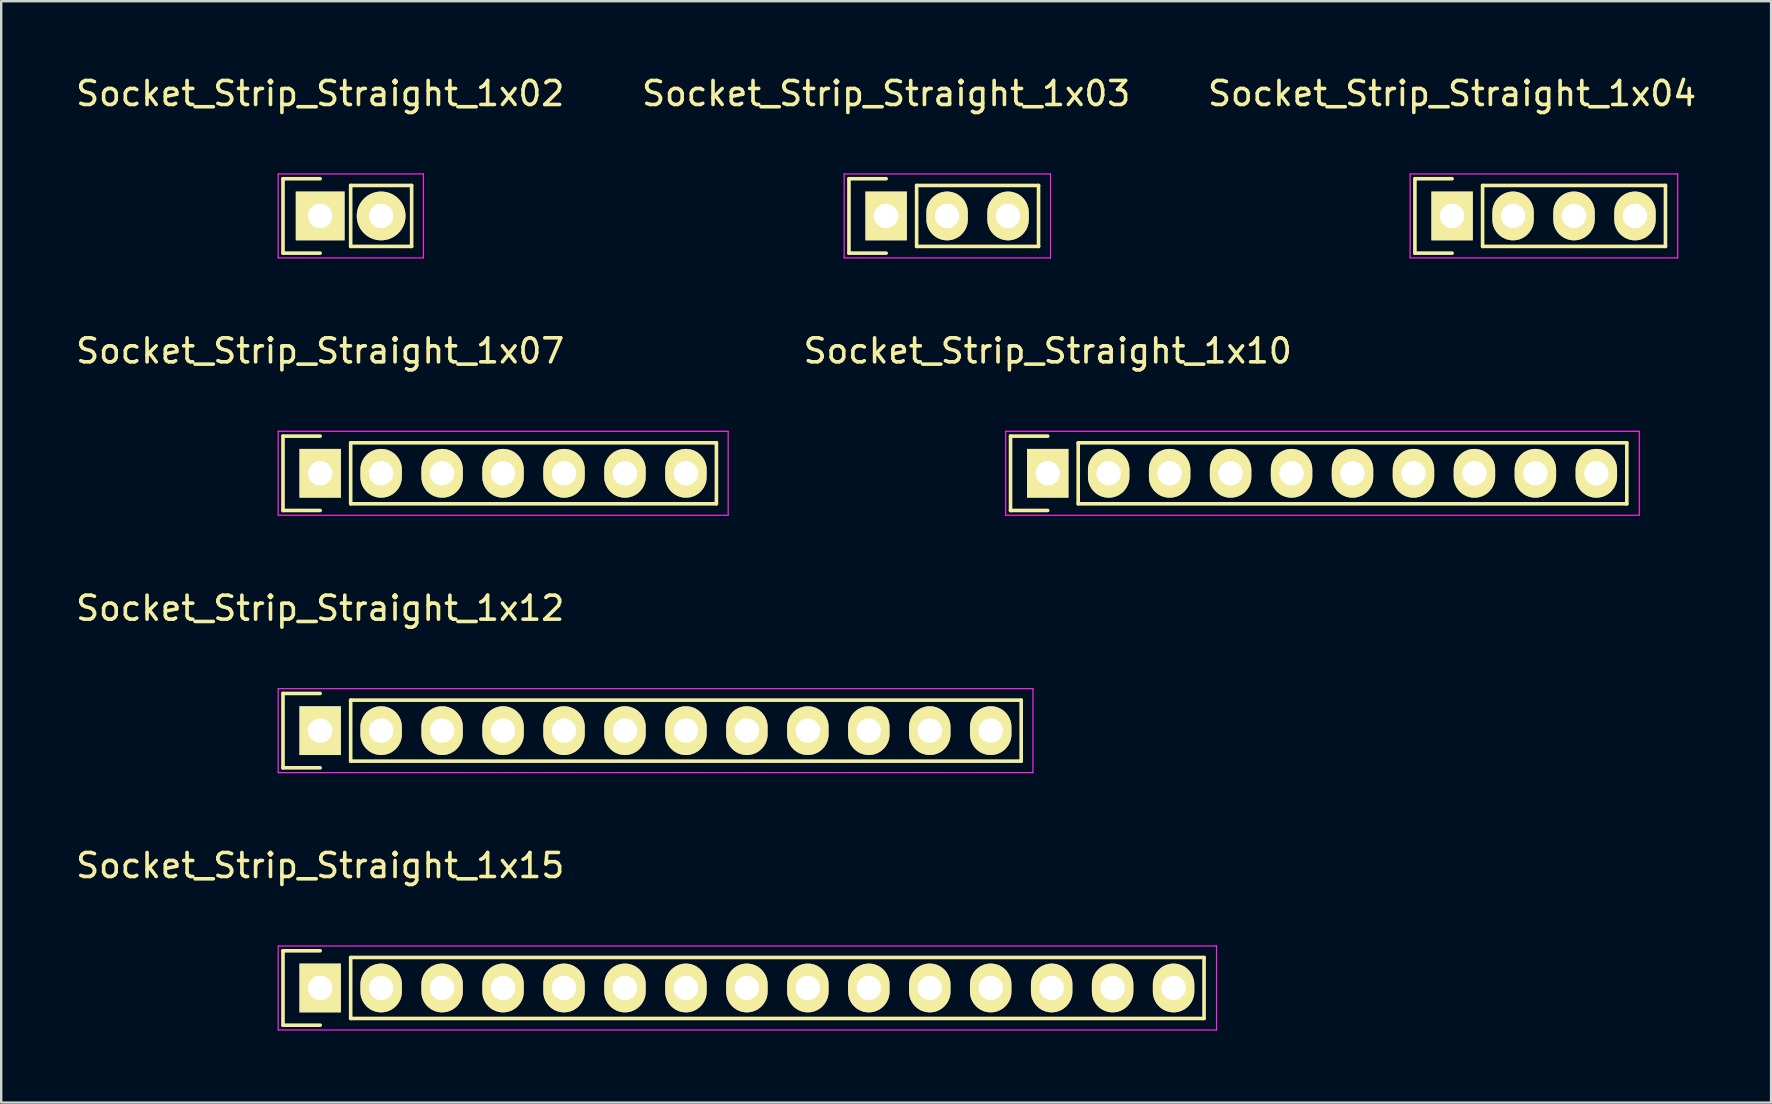
<source format=kicad_pcb>
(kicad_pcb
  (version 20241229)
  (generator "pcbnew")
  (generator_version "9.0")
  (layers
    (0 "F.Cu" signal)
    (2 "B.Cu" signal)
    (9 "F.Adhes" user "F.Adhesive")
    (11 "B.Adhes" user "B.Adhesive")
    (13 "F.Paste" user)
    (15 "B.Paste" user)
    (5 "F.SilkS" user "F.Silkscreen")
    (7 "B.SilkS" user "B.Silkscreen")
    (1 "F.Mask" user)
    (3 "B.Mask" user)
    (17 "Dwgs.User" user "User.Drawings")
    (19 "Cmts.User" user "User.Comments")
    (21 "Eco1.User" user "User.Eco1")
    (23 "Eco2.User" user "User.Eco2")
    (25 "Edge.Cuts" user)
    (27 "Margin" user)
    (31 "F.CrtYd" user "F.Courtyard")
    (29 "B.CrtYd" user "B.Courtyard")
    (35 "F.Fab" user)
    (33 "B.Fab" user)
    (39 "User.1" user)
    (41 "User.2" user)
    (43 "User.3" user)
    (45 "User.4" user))
  (footprint "Socket_Strip_Straight_1x02"
    (layer "F.Cu")
    (at 10.292 5.948)
    (property "Reference" "Socket_Strip_Straight_1x02" (at 0 -5.1 0) (layer "F.SilkS") (effects (font (size 1 1) (thickness 0.15))))
    (attr through_hole)
    (fp_line (start -1.55 -1.55) (end -1.55 1.55) (stroke (width 0.15) (type solid)) (layer "F.SilkS"))
    (fp_line (start -1.55 1.55) (end 0 1.55) (stroke (width 0.15) (type solid)) (layer "F.SilkS"))
    (fp_line (start 0 -1.55) (end -1.55 -1.55) (stroke (width 0.15) (type solid)) (layer "F.SilkS"))
    (fp_line (start 1.27 -1.27) (end 3.81 -1.27) (stroke (width 0.15) (type solid)) (layer "F.SilkS"))
    (fp_line (start 1.27 1.27) (end 1.27 -1.27) (stroke (width 0.15) (type solid)) (layer "F.SilkS"))
    (fp_line (start 3.81 -1.27) (end 3.81 1.27) (stroke (width 0.15) (type solid)) (layer "F.SilkS"))
    (fp_line (start 3.81 1.27) (end 1.27 1.27) (stroke (width 0.15) (type solid)) (layer "F.SilkS"))
    (fp_line (start -1.75 -1.75) (end -1.75 1.75) (stroke (width 0.05) (type solid)) (layer "F.CrtYd"))
    (fp_line (start -1.75 -1.75) (end 4.3 -1.75) (stroke (width 0.05) (type solid)) (layer "F.CrtYd"))
    (fp_line (start -1.75 1.75) (end 4.3 1.75) (stroke (width 0.05) (type solid)) (layer "F.CrtYd"))
    (fp_line (start 4.3 -1.75) (end 4.3 1.75) (stroke (width 0.05) (type solid)) (layer "F.CrtYd"))
    (pad "1" thru_hole rect (at 0 0) (size 2.032 2.032) (drill 1.016) (layers "*.Cu" "*.Mask" "F.SilkS"))
    (pad "2" thru_hole oval (at 2.54 0) (size 2.032 2.032) (drill 1.016) (layers "*.Cu" "*.Mask" "F.SilkS")))
  (footprint "Socket_Strip_Straight_1x03"
    (layer "F.Cu")
    (at 33.875 5.948)
    (property "Reference" "Socket_Strip_Straight_1x03" (at 0 -5.1 0) (layer "F.SilkS") (effects (font (size 1 1) (thickness 0.15))))
    (attr through_hole)
    (fp_line (start -1.55 -1.55) (end -1.55 1.55) (stroke (width 0.15) (type solid)) (layer "F.SilkS"))
    (fp_line (start -1.55 1.55) (end 0 1.55) (stroke (width 0.15) (type solid)) (layer "F.SilkS"))
    (fp_line (start 0 -1.55) (end -1.55 -1.55) (stroke (width 0.15) (type solid)) (layer "F.SilkS"))
    (fp_line (start 1.27 -1.27) (end 6.35 -1.27) (stroke (width 0.15) (type solid)) (layer "F.SilkS"))
    (fp_line (start 1.27 1.27) (end 1.27 -1.27) (stroke (width 0.15) (type solid)) (layer "F.SilkS"))
    (fp_line (start 6.35 -1.27) (end 6.35 1.27) (stroke (width 0.15) (type solid)) (layer "F.SilkS"))
    (fp_line (start 6.35 1.27) (end 1.27 1.27) (stroke (width 0.15) (type solid)) (layer "F.SilkS"))
    (fp_line (start -1.75 -1.75) (end -1.75 1.75) (stroke (width 0.05) (type solid)) (layer "F.CrtYd"))
    (fp_line (start -1.75 -1.75) (end 6.85 -1.75) (stroke (width 0.05) (type solid)) (layer "F.CrtYd"))
    (fp_line (start -1.75 1.75) (end 6.85 1.75) (stroke (width 0.05) (type solid)) (layer "F.CrtYd"))
    (fp_line (start 6.85 -1.75) (end 6.85 1.75) (stroke (width 0.05) (type solid)) (layer "F.CrtYd"))
    (pad "1" thru_hole rect (at 0 0) (size 1.727 2.032) (drill 1.016) (layers "*.Cu" "*.Mask" "F.SilkS"))
    (pad "2" thru_hole oval (at 2.54 0) (size 1.727 2.032) (drill 1.016) (layers "*.Cu" "*.Mask" "F.SilkS"))
    (pad "3" thru_hole oval (at 5.08 0) (size 1.727 2.032) (drill 1.016) (layers "*.Cu" "*.Mask" "F.SilkS")))
  (footprint "Socket_Strip_Straight_1x07"
    (layer "F.Cu")
    (at 10.292 16.672)
    (property "Reference" "Socket_Strip_Straight_1x07" (at 0 -5.1 0) (layer "F.SilkS") (effects (font (size 1 1) (thickness 0.15))))
    (attr through_hole)
    (fp_line (start -1.55 -1.55) (end -1.55 1.55) (stroke (width 0.15) (type solid)) (layer "F.SilkS"))
    (fp_line (start -1.55 1.55) (end 0 1.55) (stroke (width 0.15) (type solid)) (layer "F.SilkS"))
    (fp_line (start 0 -1.55) (end -1.55 -1.55) (stroke (width 0.15) (type solid)) (layer "F.SilkS"))
    (fp_line (start 1.27 1.27) (end 1.27 -1.27) (stroke (width 0.15) (type solid)) (layer "F.SilkS"))
    (fp_line (start 1.27 1.27) (end 16.51 1.27) (stroke (width 0.15) (type solid)) (layer "F.SilkS"))
    (fp_line (start 16.51 -1.27) (end 1.27 -1.27) (stroke (width 0.15) (type solid)) (layer "F.SilkS"))
    (fp_line (start 16.51 1.27) (end 16.51 -1.27) (stroke (width 0.15) (type solid)) (layer "F.SilkS"))
    (fp_line (start -1.75 -1.75) (end -1.75 1.75) (stroke (width 0.05) (type solid)) (layer "F.CrtYd"))
    (fp_line (start -1.75 -1.75) (end 17 -1.75) (stroke (width 0.05) (type solid)) (layer "F.CrtYd"))
    (fp_line (start -1.75 1.75) (end 17 1.75) (stroke (width 0.05) (type solid)) (layer "F.CrtYd"))
    (fp_line (start 17 -1.75) (end 17 1.75) (stroke (width 0.05) (type solid)) (layer "F.CrtYd"))
    (pad "1" thru_hole rect (at 0 0) (size 1.727 2.032) (drill 1.016) (layers "*.Cu" "*.Mask" "F.SilkS"))
    (pad "2" thru_hole oval (at 2.54 0) (size 1.727 2.032) (drill 1.016) (layers "*.Cu" "*.Mask" "F.SilkS"))
    (pad "3" thru_hole oval (at 5.08 0) (size 1.727 2.032) (drill 1.016) (layers "*.Cu" "*.Mask" "F.SilkS"))
    (pad "4" thru_hole oval (at 7.62 0) (size 1.727 2.032) (drill 1.016) (layers "*.Cu" "*.Mask" "F.SilkS"))
    (pad "5" thru_hole oval (at 10.16 0) (size 1.727 2.032) (drill 1.016) (layers "*.Cu" "*.Mask" "F.SilkS"))
    (pad "6" thru_hole oval (at 12.7 0) (size 1.727 2.032) (drill 1.016) (layers "*.Cu" "*.Mask" "F.SilkS"))
    (pad "7" thru_hole oval (at 15.24 0) (size 1.727 2.032) (drill 1.016) (layers "*.Cu" "*.Mask" "F.SilkS")))
  (footprint "Socket_Strip_Straight_1x12"
    (layer "F.Cu")
    (at 10.292 27.395)
    (property "Reference" "Socket_Strip_Straight_1x12" (at 0 -5.1 0) (layer "F.SilkS") (effects (font (size 1 1) (thickness 0.15))))
    (attr through_hole)
    (fp_line (start -1.55 -1.55) (end -1.55 1.55) (stroke (width 0.15) (type solid)) (layer "F.SilkS"))
    (fp_line (start -1.55 1.55) (end 0 1.55) (stroke (width 0.15) (type solid)) (layer "F.SilkS"))
    (fp_line (start 0 -1.55) (end -1.55 -1.55) (stroke (width 0.15) (type solid)) (layer "F.SilkS"))
    (fp_line (start 1.27 1.27) (end 1.27 -1.27) (stroke (width 0.15) (type solid)) (layer "F.SilkS"))
    (fp_line (start 1.27 1.27) (end 29.21 1.27) (stroke (width 0.15) (type solid)) (layer "F.SilkS"))
    (fp_line (start 29.21 -1.27) (end 1.27 -1.27) (stroke (width 0.15) (type solid)) (layer "F.SilkS"))
    (fp_line (start 29.21 1.27) (end 29.21 -1.27) (stroke (width 0.15) (type solid)) (layer "F.SilkS"))
    (fp_line (start -1.75 -1.75) (end -1.75 1.75) (stroke (width 0.05) (type solid)) (layer "F.CrtYd"))
    (fp_line (start -1.75 -1.75) (end 29.7 -1.75) (stroke (width 0.05) (type solid)) (layer "F.CrtYd"))
    (fp_line (start -1.75 1.75) (end 29.7 1.75) (stroke (width 0.05) (type solid)) (layer "F.CrtYd"))
    (fp_line (start 29.7 -1.75) (end 29.7 1.75) (stroke (width 0.05) (type solid)) (layer "F.CrtYd"))
    (pad "1" thru_hole rect (at 0 0) (size 1.727 2.032) (drill 1.016) (layers "*.Cu" "*.Mask" "F.SilkS"))
    (pad "2" thru_hole oval (at 2.54 0) (size 1.727 2.032) (drill 1.016) (layers "*.Cu" "*.Mask" "F.SilkS"))
    (pad "3" thru_hole oval (at 5.08 0) (size 1.727 2.032) (drill 1.016) (layers "*.Cu" "*.Mask" "F.SilkS"))
    (pad "4" thru_hole oval (at 7.62 0) (size 1.727 2.032) (drill 1.016) (layers "*.Cu" "*.Mask" "F.SilkS"))
    (pad "5" thru_hole oval (at 10.16 0) (size 1.727 2.032) (drill 1.016) (layers "*.Cu" "*.Mask" "F.SilkS"))
    (pad "6" thru_hole oval (at 12.7 0) (size 1.727 2.032) (drill 1.016) (layers "*.Cu" "*.Mask" "F.SilkS"))
    (pad "7" thru_hole oval (at 15.24 0) (size 1.727 2.032) (drill 1.016) (layers "*.Cu" "*.Mask" "F.SilkS"))
    (pad "8" thru_hole oval (at 17.78 0) (size 1.727 2.032) (drill 1.016) (layers "*.Cu" "*.Mask" "F.SilkS"))
    (pad "9" thru_hole oval (at 20.32 0) (size 1.727 2.032) (drill 1.016) (layers "*.Cu" "*.Mask" "F.SilkS"))
    (pad "10" thru_hole oval (at 22.86 0) (size 1.727 2.032) (drill 1.016) (layers "*.Cu" "*.Mask" "F.SilkS"))
    (pad "11" thru_hole oval (at 25.4 0) (size 1.727 2.032) (drill 1.016) (layers "*.Cu" "*.Mask" "F.SilkS"))
    (pad "12" thru_hole oval (at 27.94 0) (size 1.727 2.032) (drill 1.016) (layers "*.Cu" "*.Mask" "F.SilkS")))
  (footprint "Socket_Strip_Straight_1x10"
    (layer "F.Cu")
    (at 40.608 16.672)
    (property "Reference" "Socket_Strip_Straight_1x10" (at 0 -5.1 0) (layer "F.SilkS") (effects (font (size 1 1) (thickness 0.15))))
    (attr through_hole)
    (fp_line (start -1.55 -1.55) (end -1.55 1.55) (stroke (width 0.15) (type solid)) (layer "F.SilkS"))
    (fp_line (start -1.55 1.55) (end 0 1.55) (stroke (width 0.15) (type solid)) (layer "F.SilkS"))
    (fp_line (start 0 -1.55) (end -1.55 -1.55) (stroke (width 0.15) (type solid)) (layer "F.SilkS"))
    (fp_line (start 1.27 1.27) (end 1.27 -1.27) (stroke (width 0.15) (type solid)) (layer "F.SilkS"))
    (fp_line (start 1.27 1.27) (end 24.13 1.27) (stroke (width 0.15) (type solid)) (layer "F.SilkS"))
    (fp_line (start 24.13 -1.27) (end 1.27 -1.27) (stroke (width 0.15) (type solid)) (layer "F.SilkS"))
    (fp_line (start 24.13 1.27) (end 24.13 -1.27) (stroke (width 0.15) (type solid)) (layer "F.SilkS"))
    (fp_line (start -1.75 -1.75) (end -1.75 1.75) (stroke (width 0.05) (type solid)) (layer "F.CrtYd"))
    (fp_line (start -1.75 -1.75) (end 24.65 -1.75) (stroke (width 0.05) (type solid)) (layer "F.CrtYd"))
    (fp_line (start -1.75 1.75) (end 24.65 1.75) (stroke (width 0.05) (type solid)) (layer "F.CrtYd"))
    (fp_line (start 24.65 -1.75) (end 24.65 1.75) (stroke (width 0.05) (type solid)) (layer "F.CrtYd"))
    (pad "1" thru_hole rect (at 0 0) (size 1.727 2.032) (drill 1.016) (layers "*.Cu" "*.Mask" "F.SilkS"))
    (pad "2" thru_hole oval (at 2.54 0) (size 1.727 2.032) (drill 1.016) (layers "*.Cu" "*.Mask" "F.SilkS"))
    (pad "3" thru_hole oval (at 5.08 0) (size 1.727 2.032) (drill 1.016) (layers "*.Cu" "*.Mask" "F.SilkS"))
    (pad "4" thru_hole oval (at 7.62 0) (size 1.727 2.032) (drill 1.016) (layers "*.Cu" "*.Mask" "F.SilkS"))
    (pad "5" thru_hole oval (at 10.16 0) (size 1.727 2.032) (drill 1.016) (layers "*.Cu" "*.Mask" "F.SilkS"))
    (pad "6" thru_hole oval (at 12.7 0) (size 1.727 2.032) (drill 1.016) (layers "*.Cu" "*.Mask" "F.SilkS"))
    (pad "7" thru_hole oval (at 15.24 0) (size 1.727 2.032) (drill 1.016) (layers "*.Cu" "*.Mask" "F.SilkS"))
    (pad "8" thru_hole oval (at 17.78 0) (size 1.727 2.032) (drill 1.016) (layers "*.Cu" "*.Mask" "F.SilkS"))
    (pad "9" thru_hole oval (at 20.32 0) (size 1.727 2.032) (drill 1.016) (layers "*.Cu" "*.Mask" "F.SilkS"))
    (pad "10" thru_hole oval (at 22.86 0) (size 1.727 2.032) (drill 1.016) (layers "*.Cu" "*.Mask" "F.SilkS")))
  (footprint "Socket_Strip_Straight_1x15"
    (layer "F.Cu")
    (at 10.292 38.118)
    (property "Reference" "Socket_Strip_Straight_1x15" (at 0 -5.1 0) (layer "F.SilkS") (effects (font (size 1 1) (thickness 0.15))))
    (attr through_hole)
    (fp_line (start -1.55 -1.55) (end -1.55 1.55) (stroke (width 0.15) (type solid)) (layer "F.SilkS"))
    (fp_line (start -1.55 1.55) (end 0 1.55) (stroke (width 0.15) (type solid)) (layer "F.SilkS"))
    (fp_line (start 0 -1.55) (end -1.55 -1.55) (stroke (width 0.15) (type solid)) (layer "F.SilkS"))
    (fp_line (start 1.27 -1.27) (end 36.83 -1.27) (stroke (width 0.15) (type solid)) (layer "F.SilkS"))
    (fp_line (start 1.27 1.27) (end 1.27 -1.27) (stroke (width 0.15) (type solid)) (layer "F.SilkS"))
    (fp_line (start 36.83 -1.27) (end 36.83 1.27) (stroke (width 0.15) (type solid)) (layer "F.SilkS"))
    (fp_line (start 36.83 1.27) (end 1.27 1.27) (stroke (width 0.15) (type solid)) (layer "F.SilkS"))
    (fp_line (start -1.75 -1.75) (end -1.75 1.75) (stroke (width 0.05) (type solid)) (layer "F.CrtYd"))
    (fp_line (start -1.75 -1.75) (end 37.35 -1.75) (stroke (width 0.05) (type solid)) (layer "F.CrtYd"))
    (fp_line (start -1.75 1.75) (end 37.35 1.75) (stroke (width 0.05) (type solid)) (layer "F.CrtYd"))
    (fp_line (start 37.35 -1.75) (end 37.35 1.75) (stroke (width 0.05) (type solid)) (layer "F.CrtYd"))
    (pad "1" thru_hole rect (at 0 0) (size 1.727 2.032) (drill 1.016) (layers "*.Cu" "*.Mask" "F.SilkS"))
    (pad "2" thru_hole oval (at 2.54 0) (size 1.727 2.032) (drill 1.016) (layers "*.Cu" "*.Mask" "F.SilkS"))
    (pad "3" thru_hole oval (at 5.08 0) (size 1.727 2.032) (drill 1.016) (layers "*.Cu" "*.Mask" "F.SilkS"))
    (pad "4" thru_hole oval (at 7.62 0) (size 1.727 2.032) (drill 1.016) (layers "*.Cu" "*.Mask" "F.SilkS"))
    (pad "5" thru_hole oval (at 10.16 0) (size 1.727 2.032) (drill 1.016) (layers "*.Cu" "*.Mask" "F.SilkS"))
    (pad "6" thru_hole oval (at 12.7 0) (size 1.727 2.032) (drill 1.016) (layers "*.Cu" "*.Mask" "F.SilkS"))
    (pad "7" thru_hole oval (at 15.24 0) (size 1.727 2.032) (drill 1.016) (layers "*.Cu" "*.Mask" "F.SilkS"))
    (pad "8" thru_hole oval (at 17.78 0) (size 1.727 2.032) (drill 1.016) (layers "*.Cu" "*.Mask" "F.SilkS"))
    (pad "9" thru_hole oval (at 20.32 0) (size 1.727 2.032) (drill 1.016) (layers "*.Cu" "*.Mask" "F.SilkS"))
    (pad "10" thru_hole oval (at 22.86 0) (size 1.727 2.032) (drill 1.016) (layers "*.Cu" "*.Mask" "F.SilkS"))
    (pad "11" thru_hole oval (at 25.4 0) (size 1.727 2.032) (drill 1.016) (layers "*.Cu" "*.Mask" "F.SilkS"))
    (pad "12" thru_hole oval (at 27.94 0) (size 1.727 2.032) (drill 1.016) (layers "*.Cu" "*.Mask" "F.SilkS"))
    (pad "13" thru_hole oval (at 30.48 0) (size 1.727 2.032) (drill 1.016) (layers "*.Cu" "*.Mask" "F.SilkS"))
    (pad "14" thru_hole oval (at 33.02 0) (size 1.727 2.032) (drill 1.016) (layers "*.Cu" "*.Mask" "F.SilkS"))
    (pad "15" thru_hole oval (at 35.56 0) (size 1.727 2.032) (drill 1.016) (layers "*.Cu" "*.Mask" "F.SilkS")))
  (footprint "Socket_Strip_Straight_1x04"
    (layer "F.Cu")
    (at 57.458 5.948)
    (property "Reference" "Socket_Strip_Straight_1x04" (at 0 -5.1 0) (layer "F.SilkS") (effects (font (size 1 1) (thickness 0.15))))
    (attr through_hole)
    (fp_line (start -1.55 -1.55) (end -1.55 1.55) (stroke (width 0.15) (type solid)) (layer "F.SilkS"))
    (fp_line (start -1.55 1.55) (end 0 1.55) (stroke (width 0.15) (type solid)) (layer "F.SilkS"))
    (fp_line (start 0 -1.55) (end -1.55 -1.55) (stroke (width 0.15) (type solid)) (layer "F.SilkS"))
    (fp_line (start 1.27 -1.27) (end 8.89 -1.27) (stroke (width 0.15) (type solid)) (layer "F.SilkS"))
    (fp_line (start 1.27 1.27) (end 1.27 -1.27) (stroke (width 0.15) (type solid)) (layer "F.SilkS"))
    (fp_line (start 1.27 1.27) (end 8.89 1.27) (stroke (width 0.15) (type solid)) (layer "F.SilkS"))
    (fp_line (start 8.89 -1.27) (end 8.89 1.27) (stroke (width 0.15) (type solid)) (layer "F.SilkS"))
    (fp_line (start -1.75 -1.75) (end -1.75 1.75) (stroke (width 0.05) (type solid)) (layer "F.CrtYd"))
    (fp_line (start -1.75 -1.75) (end 9.4 -1.75) (stroke (width 0.05) (type solid)) (layer "F.CrtYd"))
    (fp_line (start -1.75 1.75) (end 9.4 1.75) (stroke (width 0.05) (type solid)) (layer "F.CrtYd"))
    (fp_line (start 9.4 -1.75) (end 9.4 1.75) (stroke (width 0.05) (type solid)) (layer "F.CrtYd"))
    (pad "1" thru_hole rect (at 0 0) (size 1.727 2.032) (drill 1.016) (layers "*.Cu" "*.Mask" "F.SilkS"))
    (pad "2" thru_hole oval (at 2.54 0) (size 1.727 2.032) (drill 1.016) (layers "*.Cu" "*.Mask" "F.SilkS"))
    (pad "3" thru_hole oval (at 5.08 0) (size 1.727 2.032) (drill 1.016) (layers "*.Cu" "*.Mask" "F.SilkS"))
    (pad "4" thru_hole oval (at 7.62 0) (size 1.727 2.032) (drill 1.016) (layers "*.Cu" "*.Mask" "F.SilkS")))
  (gr_rect
    (start -3 -3)
    (end 70.75 42.893)
    (stroke (width 0.1) (type default))
    (fill no)
    (layer "Edge.Cuts")))
</source>
